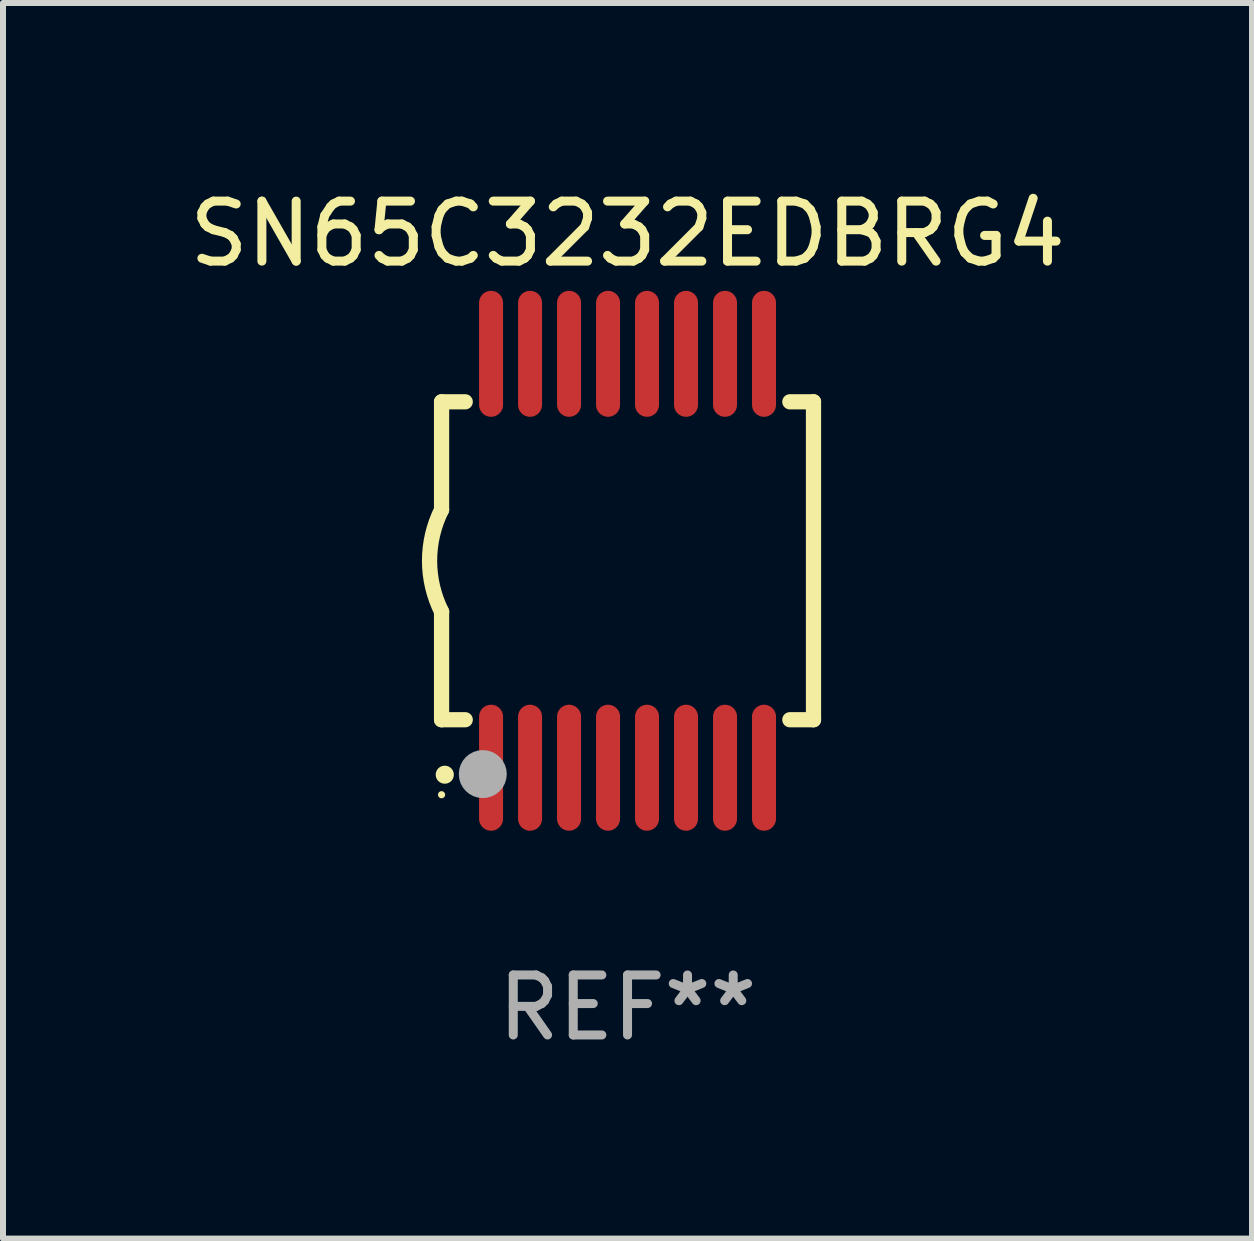
<source format=kicad_pcb>
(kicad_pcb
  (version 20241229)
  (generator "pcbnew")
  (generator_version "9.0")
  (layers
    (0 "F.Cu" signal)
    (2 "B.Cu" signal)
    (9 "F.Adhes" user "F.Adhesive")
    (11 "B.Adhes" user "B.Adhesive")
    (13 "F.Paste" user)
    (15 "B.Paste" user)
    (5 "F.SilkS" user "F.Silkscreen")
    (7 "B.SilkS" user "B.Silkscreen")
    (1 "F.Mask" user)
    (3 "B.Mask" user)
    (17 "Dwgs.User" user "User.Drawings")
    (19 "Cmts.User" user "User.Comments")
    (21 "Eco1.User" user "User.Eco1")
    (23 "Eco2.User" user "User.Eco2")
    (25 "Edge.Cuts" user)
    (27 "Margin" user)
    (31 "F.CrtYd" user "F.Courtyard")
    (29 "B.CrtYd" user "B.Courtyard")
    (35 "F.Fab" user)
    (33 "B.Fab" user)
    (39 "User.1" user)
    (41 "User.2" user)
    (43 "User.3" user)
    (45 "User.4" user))
  (footprint "SN65C3232EDBRG4"
    (layer "F.Cu")
    (at 7.411 6.298)
    (property "Reference" "SN65C3232EDBRG4" (at 0 -5.45 0) (layer "F.SilkS") (effects (font (size 1 1) (thickness 0.15))))
    (attr through_hole)
    (fp_line (start -3.1 -2.65) (end -3.1 -0.85) (stroke (width 0.254) (type solid)) (layer "F.SilkS"))
    (fp_line (start -3.1 -2.65) (end -2.706 -2.65) (stroke (width 0.254) (type solid)) (layer "F.SilkS"))
    (fp_line (start -3.1 2.65) (end -3.1 0.85) (stroke (width 0.254) (type solid)) (layer "F.SilkS"))
    (fp_line (start -3.1 2.65) (end -2.706 2.65) (stroke (width 0.254) (type solid)) (layer "F.SilkS"))
    (fp_line (start 2.706 -2.65) (end 3.1 -2.65) (stroke (width 0.254) (type solid)) (layer "F.SilkS"))
    (fp_line (start 2.706 2.65) (end 3.1 2.65) (stroke (width 0.254) (type solid)) (layer "F.SilkS"))
    (fp_line (start 3.1 -2.65) (end 3.1 2.65) (stroke (width 0.254) (type solid)) (layer "F.SilkS"))
    (fp_arc (start -3.098907 0.850902) (mid -3.300057 0.000523) (end -3.1 -0.850114) (stroke (width 0.254001) (type solid)) (layer "F.SilkS"))
    (fp_arc (start -3.048006 3.566066) (mid -3.046736 3.566061) (end -3.045466 3.566066) (stroke (width 0.3) (type solid)) (layer "F.SilkS"))
    (fp_circle (center -3.1 3.9) (end -3.07 3.9) (stroke (width 0.06) (type solid)) (fill no) (layer "F.SilkS"))
    (fp_circle (center -2.413 3.556) (end -2.213 3.556) (stroke (width 0.4) (type solid)) (fill no) (layer "F.Fab"))
    (fp_text user "REF**" (at 0 7.45 0) (layer "F.Fab") (effects (font (size 1 1) (thickness 0.15))))
    (pad "1" smd oval (at -2.275 3.45 180) (size 0.4 2.1) (layers "F.Cu" "F.Mask" "F.Paste"))
    (pad "2" smd oval (at -1.625 3.45 180) (size 0.4 2.1) (layers "F.Cu" "F.Mask" "F.Paste"))
    (pad "3" smd oval (at -0.975 3.45 180) (size 0.4 2.1) (layers "F.Cu" "F.Mask" "F.Paste"))
    (pad "4" smd oval (at -0.325 3.45 180) (size 0.4 2.1) (layers "F.Cu" "F.Mask" "F.Paste"))
    (pad "5" smd oval (at 0.325 3.45 180) (size 0.4 2.1) (layers "F.Cu" "F.Mask" "F.Paste"))
    (pad "6" smd oval (at 0.975 3.45 180) (size 0.4 2.1) (layers "F.Cu" "F.Mask" "F.Paste"))
    (pad "7" smd oval (at 1.625 3.45 180) (size 0.4 2.1) (layers "F.Cu" "F.Mask" "F.Paste"))
    (pad "8" smd oval (at 2.275 3.45 180) (size 0.4 2.1) (layers "F.Cu" "F.Mask" "F.Paste"))
    (pad "9" smd oval (at 2.275 -3.45 180) (size 0.4 2.1) (layers "F.Cu" "F.Mask" "F.Paste"))
    (pad "10" smd oval (at 1.625 -3.45 180) (size 0.4 2.1) (layers "F.Cu" "F.Mask" "F.Paste"))
    (pad "11" smd oval (at 0.975 -3.45 180) (size 0.4 2.1) (layers "F.Cu" "F.Mask" "F.Paste"))
    (pad "12" smd oval (at 0.325 -3.45 180) (size 0.4 2.1) (layers "F.Cu" "F.Mask" "F.Paste"))
    (pad "13" smd oval (at -0.325 -3.45 180) (size 0.4 2.1) (layers "F.Cu" "F.Mask" "F.Paste"))
    (pad "14" smd oval (at -0.975 -3.45 180) (size 0.4 2.1) (layers "F.Cu" "F.Mask" "F.Paste"))
    (pad "15" smd oval (at -1.625 -3.45 180) (size 0.4 2.1) (layers "F.Cu" "F.Mask" "F.Paste"))
    (pad "16" smd oval (at -2.275 -3.45 180) (size 0.4 2.1) (layers "F.Cu" "F.Mask" "F.Paste")))
  (gr_rect
    (start -3 -3)
    (end 17.821 17.597)
    (stroke (width 0.1) (type default))
    (fill no)
    (layer "Edge.Cuts")))
</source>
